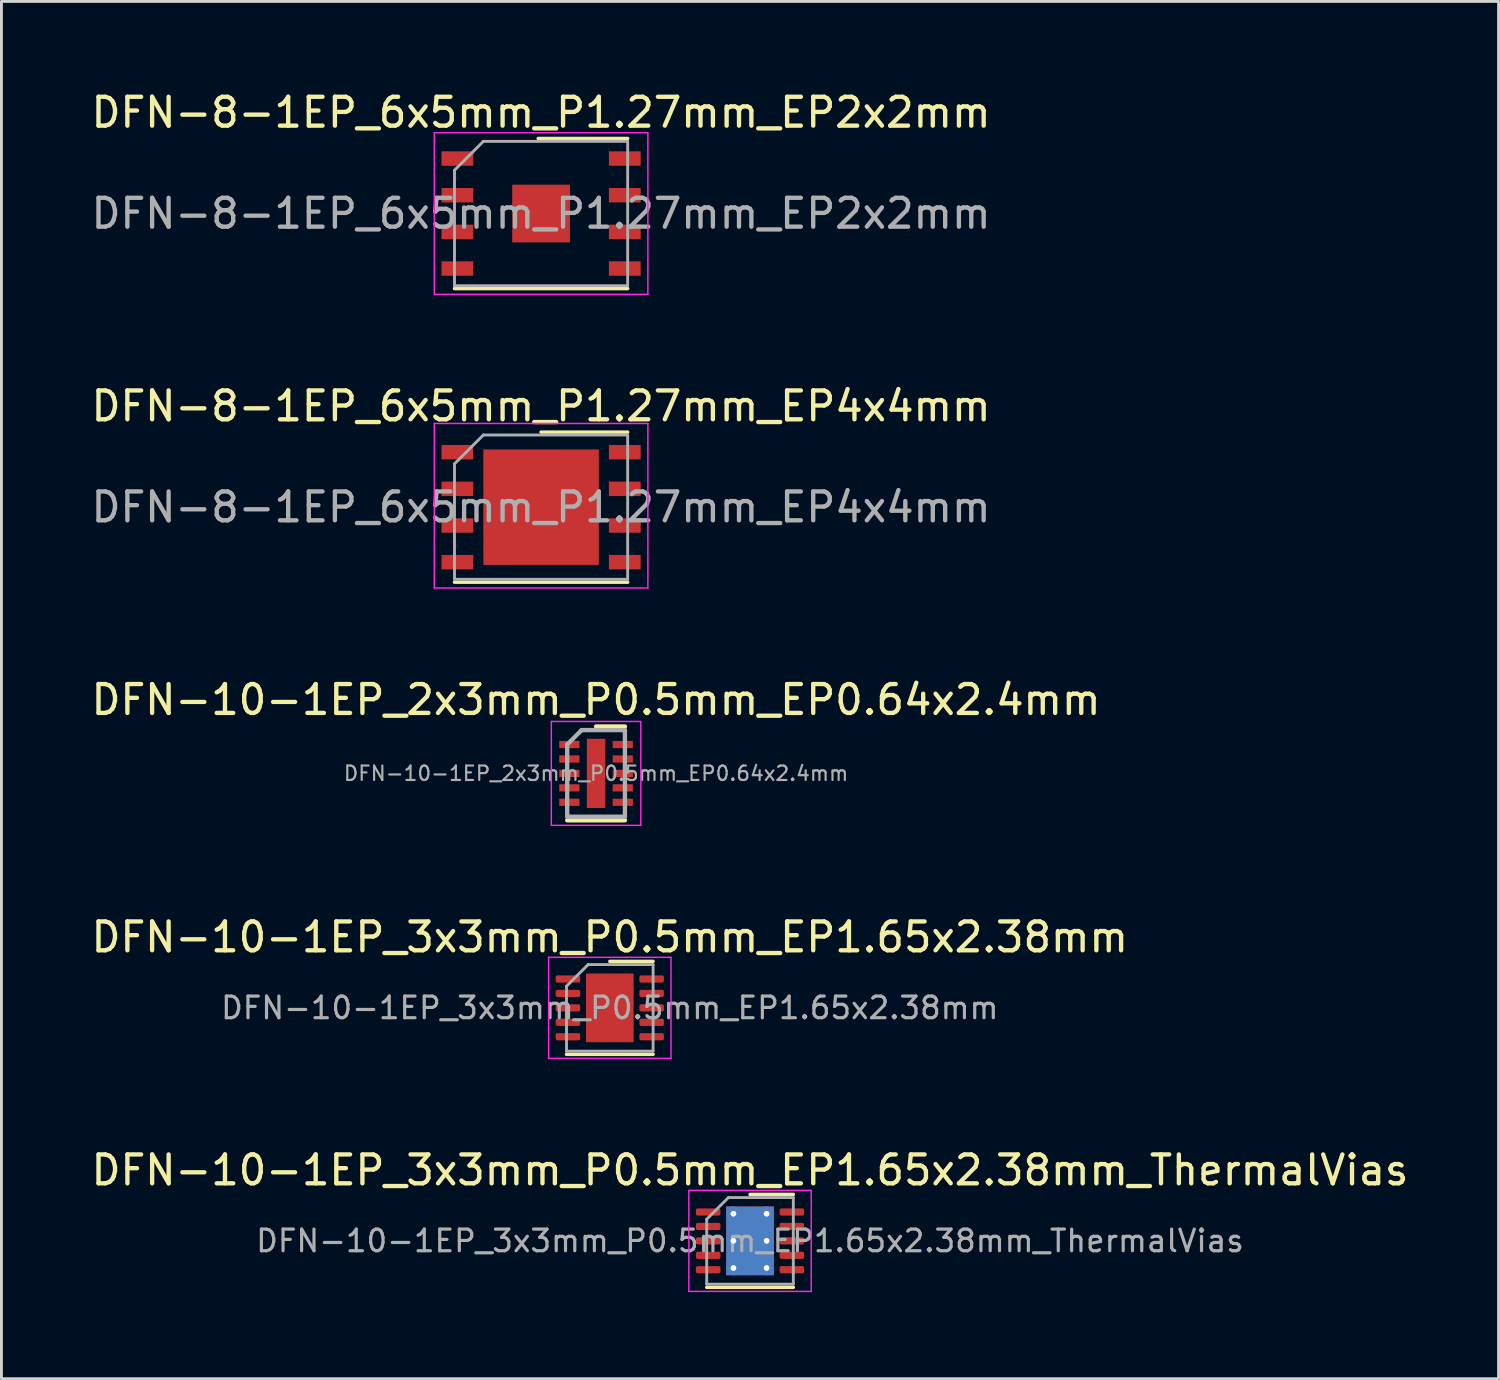
<source format=kicad_pcb>
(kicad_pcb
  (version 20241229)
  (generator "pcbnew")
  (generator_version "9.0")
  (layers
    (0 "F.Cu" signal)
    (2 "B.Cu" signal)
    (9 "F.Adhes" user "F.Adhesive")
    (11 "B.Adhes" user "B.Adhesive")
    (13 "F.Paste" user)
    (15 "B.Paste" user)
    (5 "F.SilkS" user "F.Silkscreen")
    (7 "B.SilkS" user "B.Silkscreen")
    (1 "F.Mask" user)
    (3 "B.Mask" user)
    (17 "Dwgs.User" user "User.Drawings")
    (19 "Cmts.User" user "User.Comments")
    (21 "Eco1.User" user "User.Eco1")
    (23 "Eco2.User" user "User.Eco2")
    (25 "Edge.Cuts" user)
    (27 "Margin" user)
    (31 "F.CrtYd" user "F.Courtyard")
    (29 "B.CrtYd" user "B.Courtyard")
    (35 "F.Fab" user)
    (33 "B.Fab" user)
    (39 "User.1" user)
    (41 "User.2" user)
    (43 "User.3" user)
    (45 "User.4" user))
  (footprint "DFN-8-1EP_6x5mm_P1.27mm_EP2x2mm"
    (layer "F.Cu")
    (at 15.696 4.348)
    (property "Reference" "DFN-8-1EP_6x5mm_P1.27mm_EP2x2mm" (at 0 -3.5 0) (layer "F.SilkS") (effects (font (size 1 1) (thickness 0.15))))
    (attr smd)
    (fp_line (start -3 2.6) (end 3 2.6) (stroke (width 0.12) (type solid)) (layer "F.SilkS"))
    (fp_line (start -0.1 -2.6) (end 3 -2.6) (stroke (width 0.12) (type solid)) (layer "F.SilkS"))
    (fp_line (start -3.7 -2.8) (end 3.7 -2.8) (stroke (width 0.05) (type solid)) (layer "F.CrtYd"))
    (fp_line (start -3.7 2.8) (end -3.7 -2.8) (stroke (width 0.05) (type solid)) (layer "F.CrtYd"))
    (fp_line (start 3.7 -2.8) (end 3.7 2.8) (stroke (width 0.05) (type solid)) (layer "F.CrtYd"))
    (fp_line (start 3.7 2.8) (end -3.7 2.8) (stroke (width 0.05) (type solid)) (layer "F.CrtYd"))
    (fp_line (start -3 2.5) (end -3 -1.5) (stroke (width 0.1) (type solid)) (layer "F.Fab"))
    (fp_line (start -2 -2.5) (end -3 -1.5) (stroke (width 0.1) (type solid)) (layer "F.Fab"))
    (fp_line (start -2 -2.5) (end 3 -2.5) (stroke (width 0.1) (type solid)) (layer "F.Fab"))
    (fp_line (start 3 -2.5) (end 3 2.5) (stroke (width 0.1) (type solid)) (layer "F.Fab"))
    (fp_line (start 3 2.5) (end -3 2.5) (stroke (width 0.1) (type solid)) (layer "F.Fab"))
    (fp_text user "${REFERENCE}" (at 0 0 0) (layer "F.Fab") (effects (font (size 1 1) (thickness 0.15))))
    (pad "" smd rect (at -0.5 -0.5 270) (size 0.8 0.8) (layers "F.Paste"))
    (pad "" smd rect (at -0.5 0.5 270) (size 0.8 0.8) (layers "F.Paste"))
    (pad "" smd rect (at 0.5 -0.5 270) (size 0.8 0.8) (layers "F.Paste"))
    (pad "" smd rect (at 0.5 0.5 270) (size 0.8 0.8) (layers "F.Paste"))
    (pad "1" smd rect (at -2.9 -1.905 270) (size 0.5 1.1) (layers "F.Cu" "F.Mask" "F.Paste"))
    (pad "2" smd rect (at -2.9 -0.635 270) (size 0.5 1.1) (layers "F.Cu" "F.Mask" "F.Paste"))
    (pad "3" smd rect (at -2.9 0.635 270) (size 0.5 1.1) (layers "F.Cu" "F.Mask" "F.Paste"))
    (pad "4" smd rect (at -2.9 1.905 270) (size 0.5 1.1) (layers "F.Cu" "F.Mask" "F.Paste"))
    (pad "5" smd rect (at 2.9 1.905 270) (size 0.5 1.1) (layers "F.Cu" "F.Mask" "F.Paste"))
    (pad "6" smd rect (at 2.9 0.635 270) (size 0.5 1.1) (layers "F.Cu" "F.Mask" "F.Paste"))
    (pad "7" smd rect (at 2.9 -0.635 270) (size 0.5 1.1) (layers "F.Cu" "F.Mask" "F.Paste"))
    (pad "8" smd rect (at 2.9 -1.905 270) (size 0.5 1.1) (layers "F.Cu" "F.Mask" "F.Paste"))
    (pad "9" smd rect (at 0 0 270) (size 2 2) (layers "F.Cu" "F.Mask")))
  (footprint "DFN-8-1EP_6x5mm_P1.27mm_EP4x4mm"
    (layer "F.Cu")
    (at 15.696 14.521)
    (property "Reference" "DFN-8-1EP_6x5mm_P1.27mm_EP4x4mm" (at 0 -3.5 0) (layer "F.SilkS") (effects (font (size 1 1) (thickness 0.15))))
    (attr smd)
    (fp_line (start -3 2.6) (end 3 2.6) (stroke (width 0.12) (type solid)) (layer "F.SilkS"))
    (fp_line (start 0 -2.6) (end 3 -2.6) (stroke (width 0.12) (type solid)) (layer "F.SilkS"))
    (fp_line (start -3.7 -2.9) (end 3.7 -2.9) (stroke (width 0.05) (type solid)) (layer "F.CrtYd"))
    (fp_line (start -3.7 2.8) (end -3.7 -2.9) (stroke (width 0.05) (type solid)) (layer "F.CrtYd"))
    (fp_line (start 3.7 -2.9) (end 3.7 2.8) (stroke (width 0.05) (type solid)) (layer "F.CrtYd"))
    (fp_line (start 3.7 2.8) (end -3.7 2.8) (stroke (width 0.05) (type solid)) (layer "F.CrtYd"))
    (fp_line (start -3 2.5) (end -3 -1.5) (stroke (width 0.1) (type solid)) (layer "F.Fab"))
    (fp_line (start -2 -2.5) (end -3 -1.5) (stroke (width 0.1) (type solid)) (layer "F.Fab"))
    (fp_line (start -2 -2.5) (end 3 -2.5) (stroke (width 0.1) (type solid)) (layer "F.Fab"))
    (fp_line (start 3 -2.5) (end 3 2.5) (stroke (width 0.1) (type solid)) (layer "F.Fab"))
    (fp_line (start 3 2.5) (end -3 2.5) (stroke (width 0.1) (type solid)) (layer "F.Fab"))
    (fp_text user "${REFERENCE}" (at 0 0 0) (layer "F.Fab") (effects (font (size 1 1) (thickness 0.15))))
    (pad "" smd rect (at -1.5 -1.5 270) (size 0.8 0.8) (layers "F.Paste"))
    (pad "" smd rect (at -1.5 -0.5 270) (size 0.8 0.8) (layers "F.Paste"))
    (pad "" smd rect (at -1.5 0.5 270) (size 0.8 0.8) (layers "F.Paste"))
    (pad "" smd rect (at -1.5 1.5 270) (size 0.8 0.8) (layers "F.Paste"))
    (pad "" smd rect (at -0.5 -1.5 270) (size 0.8 0.8) (layers "F.Paste"))
    (pad "" smd rect (at -0.5 -0.5 270) (size 0.8 0.8) (layers "F.Paste"))
    (pad "" smd rect (at -0.5 0.5 270) (size 0.8 0.8) (layers "F.Paste"))
    (pad "" smd rect (at -0.5 1.5 270) (size 0.8 0.8) (layers "F.Paste"))
    (pad "" smd rect (at 0.5 -1.5 270) (size 0.8 0.8) (layers "F.Paste"))
    (pad "" smd rect (at 0.5 -0.5 270) (size 0.8 0.8) (layers "F.Paste"))
    (pad "" smd rect (at 0.5 0.5 270) (size 0.8 0.8) (layers "F.Paste"))
    (pad "" smd rect (at 0.5 1.5 270) (size 0.8 0.8) (layers "F.Paste"))
    (pad "" smd rect (at 1.5 -1.5 270) (size 0.8 0.8) (layers "F.Paste"))
    (pad "" smd rect (at 1.5 -0.5 270) (size 0.8 0.8) (layers "F.Paste"))
    (pad "" smd rect (at 1.5 0.5 270) (size 0.8 0.8) (layers "F.Paste"))
    (pad "" smd rect (at 1.5 1.5 270) (size 0.8 0.8) (layers "F.Paste"))
    (pad "1" smd rect (at -2.9 -1.905 270) (size 0.5 1.1) (layers "F.Cu" "F.Mask" "F.Paste"))
    (pad "2" smd rect (at -2.9 -0.635 270) (size 0.5 1.1) (layers "F.Cu" "F.Mask" "F.Paste"))
    (pad "3" smd rect (at -2.9 0.635 270) (size 0.5 1.1) (layers "F.Cu" "F.Mask" "F.Paste"))
    (pad "4" smd rect (at -2.9 1.905 270) (size 0.5 1.1) (layers "F.Cu" "F.Mask" "F.Paste"))
    (pad "5" smd rect (at 2.9 1.905 270) (size 0.5 1.1) (layers "F.Cu" "F.Mask" "F.Paste"))
    (pad "6" smd rect (at 2.9 0.635 270) (size 0.5 1.1) (layers "F.Cu" "F.Mask" "F.Paste"))
    (pad "7" smd rect (at 2.9 -0.635 270) (size 0.5 1.1) (layers "F.Cu" "F.Mask" "F.Paste"))
    (pad "8" smd rect (at 2.9 -1.905 270) (size 0.5 1.1) (layers "F.Cu" "F.Mask" "F.Paste"))
    (pad "9" smd rect (at 0 0 270) (size 4 4) (layers "F.Cu" "F.Mask")))
  (footprint "DFN-10-1EP_2x3mm_P0.5mm_EP0.64x2.4mm"
    (layer "F.Cu")
    (at 17.601 23.745)
    (property "Reference" "DFN-10-1EP_2x3mm_P0.5mm_EP0.64x2.4mm" (at 0 -2.55 0) (layer "F.SilkS") (effects (font (size 1 1) (thickness 0.15))))
    (attr smd)
    (fp_line (start -1 1.625) (end 1 1.625) (stroke (width 0.15) (type solid)) (layer "F.SilkS"))
    (fp_line (start 0 -1.625) (end 1 -1.625) (stroke (width 0.15) (type solid)) (layer "F.SilkS"))
    (fp_line (start -1.55 -1.8) (end -1.55 1.8) (stroke (width 0.05) (type solid)) (layer "F.CrtYd"))
    (fp_line (start -1.55 -1.8) (end 1.55 -1.8) (stroke (width 0.05) (type solid)) (layer "F.CrtYd"))
    (fp_line (start -1.55 1.8) (end 1.55 1.8) (stroke (width 0.05) (type solid)) (layer "F.CrtYd"))
    (fp_line (start 1.55 -1.8) (end 1.55 1.8) (stroke (width 0.05) (type solid)) (layer "F.CrtYd"))
    (fp_line (start -1 -1) (end -0.5 -1.5) (stroke (width 0.15) (type solid)) (layer "F.Fab"))
    (fp_line (start -1 1.5) (end -1 -1) (stroke (width 0.15) (type solid)) (layer "F.Fab"))
    (fp_line (start -0.5 -1.5) (end 1 -1.5) (stroke (width 0.15) (type solid)) (layer "F.Fab"))
    (fp_line (start 1 -1.5) (end 1 1.5) (stroke (width 0.15) (type solid)) (layer "F.Fab"))
    (fp_line (start 1 1.5) (end -1 1.5) (stroke (width 0.15) (type solid)) (layer "F.Fab"))
    (fp_text user "${REFERENCE}" (at 0 0 0) (layer "F.Fab") (effects (font (size 0.5 0.5) (thickness 0.075))))
    (pad "" smd rect (at 0 -0.6) (size 0.5 1) (layers "F.Paste"))
    (pad "" smd rect (at 0 0.6) (size 0.5 1) (layers "F.Paste"))
    (pad "1" smd rect (at -0.925 -1) (size 0.7 0.25) (layers "F.Cu" "F.Mask" "F.Paste"))
    (pad "2" smd rect (at -0.925 -0.5) (size 0.7 0.25) (layers "F.Cu" "F.Mask" "F.Paste"))
    (pad "3" smd rect (at -0.925 0) (size 0.7 0.25) (layers "F.Cu" "F.Mask" "F.Paste"))
    (pad "4" smd rect (at -0.925 0.5) (size 0.7 0.25) (layers "F.Cu" "F.Mask" "F.Paste"))
    (pad "5" smd rect (at -0.925 1) (size 0.7 0.25) (layers "F.Cu" "F.Mask" "F.Paste"))
    (pad "6" smd rect (at 0.925 1) (size 0.7 0.25) (layers "F.Cu" "F.Mask" "F.Paste"))
    (pad "7" smd rect (at 0.925 0.5) (size 0.7 0.25) (layers "F.Cu" "F.Mask" "F.Paste"))
    (pad "8" smd rect (at 0.925 0) (size 0.7 0.25) (layers "F.Cu" "F.Mask" "F.Paste"))
    (pad "9" smd rect (at 0.925 -0.5) (size 0.7 0.25) (layers "F.Cu" "F.Mask" "F.Paste"))
    (pad "10" smd rect (at 0.925 -1) (size 0.7 0.25) (layers "F.Cu" "F.Mask" "F.Paste"))
    (pad "11" smd rect (at 0 0) (size 0.64 2.4) (layers "F.Cu" "F.Mask")))
  (footprint "DFN-10-1EP_3x3mm_P0.5mm_EP1.65x2.38mm"
    (layer "F.Cu")
    (at 18.077 31.868)
    (property "Reference" "DFN-10-1EP_3x3mm_P0.5mm_EP1.65x2.38mm" (at 0 -2.45 0) (layer "F.SilkS") (effects (font (size 1 1) (thickness 0.15))))
    (attr smd)
    (fp_line (start -1.5 1.61) (end 1.5 1.61) (stroke (width 0.12) (type solid)) (layer "F.SilkS"))
    (fp_line (start 0 -1.61) (end 1.5 -1.61) (stroke (width 0.12) (type solid)) (layer "F.SilkS"))
    (fp_line (start -2.12 -1.75) (end -2.12 1.75) (stroke (width 0.05) (type solid)) (layer "F.CrtYd"))
    (fp_line (start -2.12 1.75) (end 2.12 1.75) (stroke (width 0.05) (type solid)) (layer "F.CrtYd"))
    (fp_line (start 2.12 -1.75) (end -2.12 -1.75) (stroke (width 0.05) (type solid)) (layer "F.CrtYd"))
    (fp_line (start 2.12 1.75) (end 2.12 -1.75) (stroke (width 0.05) (type solid)) (layer "F.CrtYd"))
    (fp_line (start -1.5 -0.75) (end -0.75 -1.5) (stroke (width 0.1) (type solid)) (layer "F.Fab"))
    (fp_line (start -1.5 1.5) (end -1.5 -0.75) (stroke (width 0.1) (type solid)) (layer "F.Fab"))
    (fp_line (start -0.75 -1.5) (end 1.5 -1.5) (stroke (width 0.1) (type solid)) (layer "F.Fab"))
    (fp_line (start 1.5 -1.5) (end 1.5 1.5) (stroke (width 0.1) (type solid)) (layer "F.Fab"))
    (fp_line (start 1.5 1.5) (end -1.5 1.5) (stroke (width 0.1) (type solid)) (layer "F.Fab"))
    (fp_text user "${REFERENCE}" (at 0 0 0) (layer "F.Fab") (effects (font (size 0.75 0.75) (thickness 0.11))))
    (pad "" smd roundrect (at -0.41 -0.595) (size 0.67 0.96) (layers "F.Paste") (roundrect_rratio 0.25))
    (pad "" smd roundrect (at -0.41 0.595) (size 0.67 0.96) (layers "F.Paste") (roundrect_rratio 0.25))
    (pad "" smd roundrect (at 0.41 -0.595) (size 0.67 0.96) (layers "F.Paste") (roundrect_rratio 0.25))
    (pad "" smd roundrect (at 0.41 0.595) (size 0.67 0.96) (layers "F.Paste") (roundrect_rratio 0.25))
    (pad "1" smd roundrect (at -1.45 -1) (size 0.85 0.25) (layers "F.Cu" "F.Mask" "F.Paste") (roundrect_rratio 0.25))
    (pad "2" smd roundrect (at -1.45 -0.5) (size 0.85 0.25) (layers "F.Cu" "F.Mask" "F.Paste") (roundrect_rratio 0.25))
    (pad "3" smd roundrect (at -1.45 0) (size 0.85 0.25) (layers "F.Cu" "F.Mask" "F.Paste") (roundrect_rratio 0.25))
    (pad "4" smd roundrect (at -1.45 0.5) (size 0.85 0.25) (layers "F.Cu" "F.Mask" "F.Paste") (roundrect_rratio 0.25))
    (pad "5" smd roundrect (at -1.45 1) (size 0.85 0.25) (layers "F.Cu" "F.Mask" "F.Paste") (roundrect_rratio 0.25))
    (pad "6" smd roundrect (at 1.45 1) (size 0.85 0.25) (layers "F.Cu" "F.Mask" "F.Paste") (roundrect_rratio 0.25))
    (pad "7" smd roundrect (at 1.45 0.5) (size 0.85 0.25) (layers "F.Cu" "F.Mask" "F.Paste") (roundrect_rratio 0.25))
    (pad "8" smd roundrect (at 1.45 0) (size 0.85 0.25) (layers "F.Cu" "F.Mask" "F.Paste") (roundrect_rratio 0.25))
    (pad "9" smd roundrect (at 1.45 -0.5) (size 0.85 0.25) (layers "F.Cu" "F.Mask" "F.Paste") (roundrect_rratio 0.25))
    (pad "10" smd roundrect (at 1.45 -1) (size 0.85 0.25) (layers "F.Cu" "F.Mask" "F.Paste") (roundrect_rratio 0.25))
    (pad "11" smd rect (at 0 0) (size 1.65 2.38) (layers "F.Cu" "F.Mask")))
  (footprint "DFN-10-1EP_3x3mm_P0.5mm_EP1.65x2.38mm_ThermalVias"
    (layer "F.Cu")
    (at 22.935 39.941)
    (property "Reference" "DFN-10-1EP_3x3mm_P0.5mm_EP1.65x2.38mm_ThermalVias" (at 0 -2.45 0) (layer "F.SilkS") (effects (font (size 1 1) (thickness 0.15))))
    (attr smd)
    (fp_line (start -1.5 1.61) (end 1.5 1.61) (stroke (width 0.12) (type solid)) (layer "F.SilkS"))
    (fp_line (start 0 -1.61) (end 1.5 -1.61) (stroke (width 0.12) (type solid)) (layer "F.SilkS"))
    (fp_line (start -2.12 -1.75) (end -2.12 1.75) (stroke (width 0.05) (type solid)) (layer "F.CrtYd"))
    (fp_line (start -2.12 1.75) (end 2.12 1.75) (stroke (width 0.05) (type solid)) (layer "F.CrtYd"))
    (fp_line (start 2.12 -1.75) (end -2.12 -1.75) (stroke (width 0.05) (type solid)) (layer "F.CrtYd"))
    (fp_line (start 2.12 1.75) (end 2.12 -1.75) (stroke (width 0.05) (type solid)) (layer "F.CrtYd"))
    (fp_line (start -1.5 -0.75) (end -0.75 -1.5) (stroke (width 0.1) (type solid)) (layer "F.Fab"))
    (fp_line (start -1.5 1.5) (end -1.5 -0.75) (stroke (width 0.1) (type solid)) (layer "F.Fab"))
    (fp_line (start -0.75 -1.5) (end 1.5 -1.5) (stroke (width 0.1) (type solid)) (layer "F.Fab"))
    (fp_line (start 1.5 -1.5) (end 1.5 1.5) (stroke (width 0.1) (type solid)) (layer "F.Fab"))
    (fp_line (start 1.5 1.5) (end -1.5 1.5) (stroke (width 0.1) (type solid)) (layer "F.Fab"))
    (fp_text user "${REFERENCE}" (at 0 0 0) (layer "F.Fab") (effects (font (size 0.75 0.75) (thickness 0.11))))
    (pad "" smd roundrect (at -0.41 -0.595) (size 0.67 0.96) (layers "F.Paste") (roundrect_rratio 0.25))
    (pad "" smd roundrect (at -0.41 0.595) (size 0.67 0.96) (layers "F.Paste") (roundrect_rratio 0.25))
    (pad "" smd roundrect (at 0.41 -0.595) (size 0.67 0.96) (layers "F.Paste") (roundrect_rratio 0.25))
    (pad "" smd roundrect (at 0.41 0.595) (size 0.67 0.96) (layers "F.Paste") (roundrect_rratio 0.25))
    (pad "1" smd roundrect (at -1.45 -1) (size 0.85 0.25) (layers "F.Cu" "F.Mask" "F.Paste") (roundrect_rratio 0.25))
    (pad "2" smd roundrect (at -1.45 -0.5) (size 0.85 0.25) (layers "F.Cu" "F.Mask" "F.Paste") (roundrect_rratio 0.25))
    (pad "3" smd roundrect (at -1.45 0) (size 0.85 0.25) (layers "F.Cu" "F.Mask" "F.Paste") (roundrect_rratio 0.25))
    (pad "4" smd roundrect (at -1.45 0.5) (size 0.85 0.25) (layers "F.Cu" "F.Mask" "F.Paste") (roundrect_rratio 0.25))
    (pad "5" smd roundrect (at -1.45 1) (size 0.85 0.25) (layers "F.Cu" "F.Mask" "F.Paste") (roundrect_rratio 0.25))
    (pad "6" smd roundrect (at 1.45 1) (size 0.85 0.25) (layers "F.Cu" "F.Mask" "F.Paste") (roundrect_rratio 0.25))
    (pad "7" smd roundrect (at 1.45 0.5) (size 0.85 0.25) (layers "F.Cu" "F.Mask" "F.Paste") (roundrect_rratio 0.25))
    (pad "8" smd roundrect (at 1.45 0) (size 0.85 0.25) (layers "F.Cu" "F.Mask" "F.Paste") (roundrect_rratio 0.25))
    (pad "9" smd roundrect (at 1.45 -0.5) (size 0.85 0.25) (layers "F.Cu" "F.Mask" "F.Paste") (roundrect_rratio 0.25))
    (pad "10" smd roundrect (at 1.45 -1) (size 0.85 0.25) (layers "F.Cu" "F.Mask" "F.Paste") (roundrect_rratio 0.25))
    (pad "11" thru_hole circle (at -0.575 -0.94) (size 0.5 0.5) (drill 0.2) (layers "*.Cu"))
    (pad "11" thru_hole circle (at -0.575 0) (size 0.5 0.5) (drill 0.2) (layers "*.Cu"))
    (pad "11" thru_hole circle (at -0.575 0.94) (size 0.5 0.5) (drill 0.2) (layers "*.Cu"))
    (pad "11" smd rect (at 0 0) (size 1.65 2.38) (layers "F.Cu" "F.Mask"))
    (pad "11" smd rect (at 0 0) (size 1.65 2.38) (layers "B.Cu"))
    (pad "11" thru_hole circle (at 0.575 -0.94) (size 0.5 0.5) (drill 0.2) (layers "*.Cu"))
    (pad "11" thru_hole circle (at 0.575 0) (size 0.5 0.5) (drill 0.2) (layers "*.Cu"))
    (pad "11" thru_hole circle (at 0.575 0.94) (size 0.5 0.5) (drill 0.2) (layers "*.Cu")))
  (gr_rect
    (start -3 -3)
    (end 48.869 44.716)
    (stroke (width 0.1) (type default))
    (fill no)
    (layer "Edge.Cuts")))
</source>
